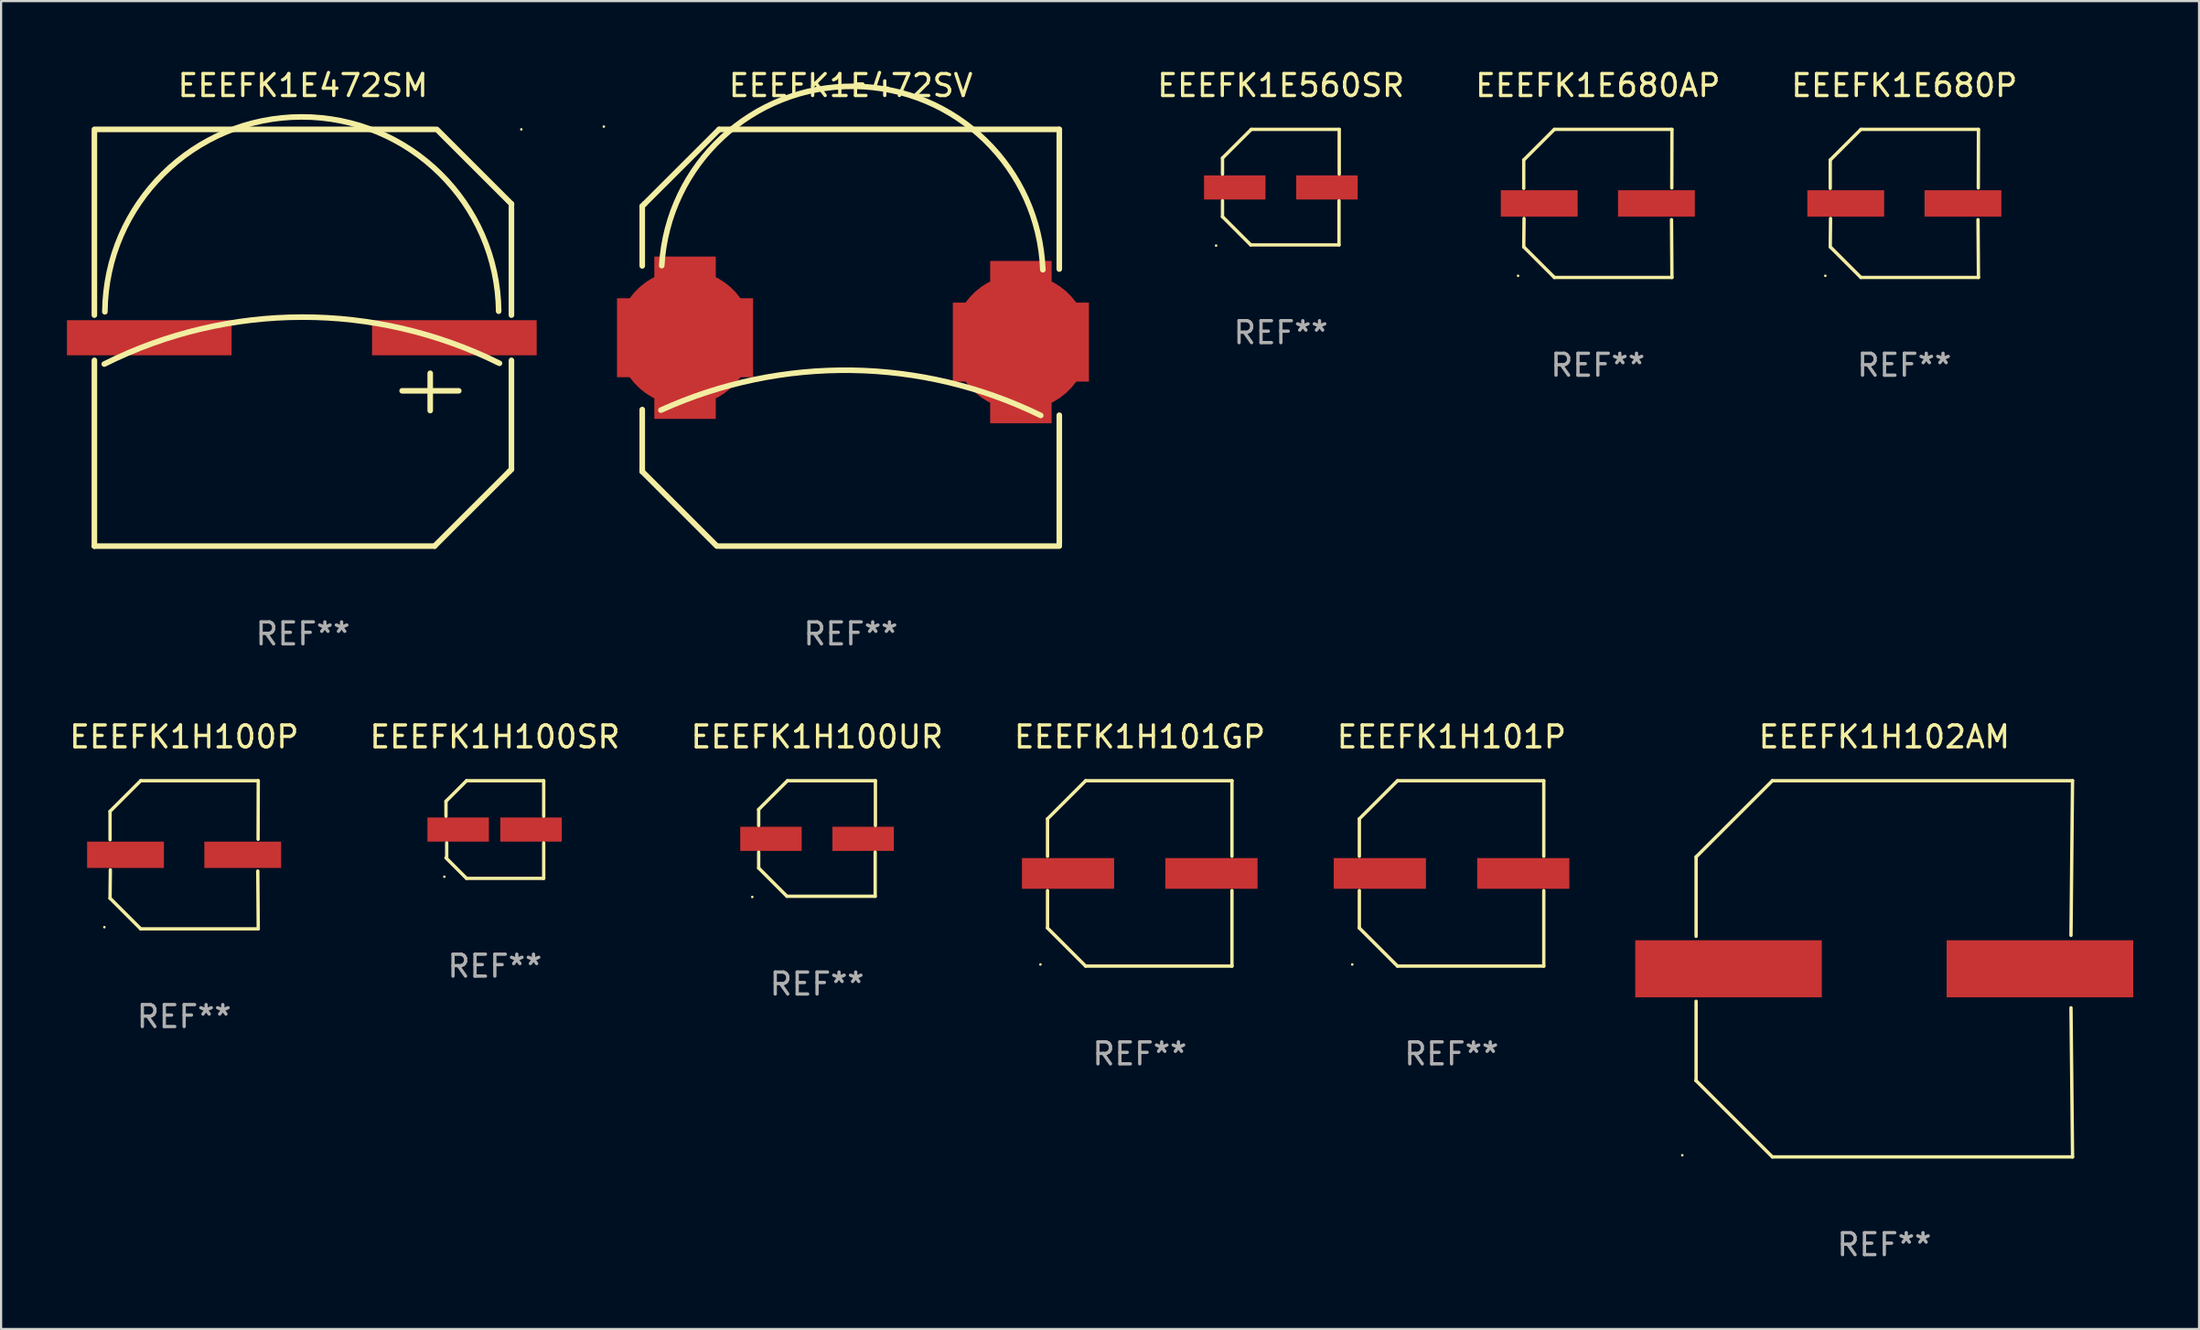
<source format=kicad_pcb>
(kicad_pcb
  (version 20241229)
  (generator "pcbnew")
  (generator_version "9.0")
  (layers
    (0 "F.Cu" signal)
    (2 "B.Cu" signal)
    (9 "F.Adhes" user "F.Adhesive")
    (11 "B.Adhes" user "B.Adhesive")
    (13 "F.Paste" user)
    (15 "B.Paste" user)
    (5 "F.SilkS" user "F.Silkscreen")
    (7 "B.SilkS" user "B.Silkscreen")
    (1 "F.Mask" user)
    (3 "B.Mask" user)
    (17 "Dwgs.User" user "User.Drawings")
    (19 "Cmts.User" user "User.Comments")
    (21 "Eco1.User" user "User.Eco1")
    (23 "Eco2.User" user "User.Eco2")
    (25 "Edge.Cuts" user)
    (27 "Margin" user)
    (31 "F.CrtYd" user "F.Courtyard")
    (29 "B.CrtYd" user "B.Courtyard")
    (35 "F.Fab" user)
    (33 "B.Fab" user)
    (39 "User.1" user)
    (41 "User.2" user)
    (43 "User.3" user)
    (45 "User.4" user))
  (footprint "EEEFK1E680AP"
    (layer "F.Cu")
    (at 69.745 6.224)
    (property "Reference" "EEEFK1E680AP" (at 0 -5.376 0) (layer "F.SilkS") (effects (font (size 1 1) (thickness 0.15))))
    (attr through_hole)
    (fp_line (start -3.376 -1.98) (end -3.376 -0.686) (stroke (width 0.152) (type solid)) (layer "F.SilkS"))
    (fp_line (start -3.376 1.981) (end -3.362 0.686) (stroke (width 0.152) (type solid)) (layer "F.SilkS"))
    (fp_line (start -1.981 3.376) (end -3.376 1.981) (stroke (width 0.152) (type solid)) (layer "F.SilkS"))
    (fp_line (start -1.98 -3.376) (end -3.376 -1.98) (stroke (width 0.152) (type solid)) (layer "F.SilkS"))
    (fp_line (start 3.356 0.74) (end 3.376 3.376) (stroke (width 0.152) (type solid)) (layer "F.SilkS"))
    (fp_line (start 3.369 -0.707) (end 3.376 -3.376) (stroke (width 0.152) (type solid)) (layer "F.SilkS"))
    (fp_line (start 3.376 3.376) (end -1.981 3.376) (stroke (width 0.152) (type solid)) (layer "F.SilkS"))
    (fp_line (start 3.376 -3.376) (end -1.98 -3.376) (stroke (width 0.152) (type solid)) (layer "F.SilkS"))
    (fp_circle (center -3.634 3.3) (end -3.604 3.3) (stroke (width 0.06) (type solid)) (fill no) (layer "F.SilkS"))
    (fp_text user "REF**" (at 0 7.376 0) (layer "F.Fab") (effects (font (size 1 1) (thickness 0.15))))
    (pad "1" smd rect (at -2.67 0.000254) (size 3.5 1.2) (layers "F.Cu" "F.Mask" "F.Paste"))
    (pad "2" smd rect (at 2.67 0.000254) (size 3.5 1.2) (layers "F.Cu" "F.Mask" "F.Paste")))
  (footprint "EEEFK1H100SR"
    (layer "F.Cu")
    (at 19.494 34.771)
    (property "Reference" "EEEFK1H100SR" (at 0 -4.226 0) (layer "F.SilkS") (effects (font (size 1 1) (thickness 0.15))))
    (attr through_hole)
    (fp_line (start -2.226 -1.29) (end -2.226 -0.607) (stroke (width 0.152) (type solid)) (layer "F.SilkS"))
    (fp_line (start -2.193 1.29) (end -2.193 0.607) (stroke (width 0.152) (type solid)) (layer "F.SilkS"))
    (fp_line (start -1.29 2.226) (end -2.226 1.29) (stroke (width 0.152) (type solid)) (layer "F.SilkS"))
    (fp_line (start -1.29 -2.226) (end -2.226 -1.29) (stroke (width 0.152) (type solid)) (layer "F.SilkS"))
    (fp_line (start 2.226 -2.226) (end -1.29 -2.226) (stroke (width 0.152) (type solid)) (layer "F.SilkS"))
    (fp_line (start 2.226 -0.607) (end 2.226 -2.226) (stroke (width 0.152) (type solid)) (layer "F.SilkS"))
    (fp_line (start 2.226 0.607) (end 2.226 2.226) (stroke (width 0.152) (type solid)) (layer "F.SilkS"))
    (fp_line (start 2.226 2.226) (end -1.29 2.226) (stroke (width 0.152) (type solid)) (layer "F.SilkS"))
    (fp_circle (center -2.3 2.15) (end -2.27 2.15) (stroke (width 0.06) (type solid)) (fill no) (layer "F.SilkS"))
    (fp_text user "REF**" (at 0 6.226 0) (layer "F.Fab") (effects (font (size 1 1) (thickness 0.15))))
    (pad "1" smd rect (at -1.67 -0.000025) (size 2.8 1.1) (layers "F.Cu" "F.Mask" "F.Paste"))
    (pad "2" smd rect (at 1.651 -0.000025) (size 2.8 1.1) (layers "F.Cu" "F.Mask" "F.Paste")))
  (footprint "EEEFK1E680P"
    (layer "F.Cu")
    (at 83.709 6.224)
    (property "Reference" "EEEFK1E680P" (at 0 -5.376 0) (layer "F.SilkS") (effects (font (size 1 1) (thickness 0.15))))
    (attr through_hole)
    (fp_line (start -3.376 -1.98) (end -3.376 -0.686) (stroke (width 0.152) (type solid)) (layer "F.SilkS"))
    (fp_line (start -3.376 1.981) (end -3.362 0.686) (stroke (width 0.152) (type solid)) (layer "F.SilkS"))
    (fp_line (start -1.981 3.376) (end -3.376 1.981) (stroke (width 0.152) (type solid)) (layer "F.SilkS"))
    (fp_line (start -1.98 -3.376) (end -3.376 -1.98) (stroke (width 0.152) (type solid)) (layer "F.SilkS"))
    (fp_line (start 3.356 0.74) (end 3.376 3.376) (stroke (width 0.152) (type solid)) (layer "F.SilkS"))
    (fp_line (start 3.369 -0.707) (end 3.376 -3.376) (stroke (width 0.152) (type solid)) (layer "F.SilkS"))
    (fp_line (start 3.376 3.376) (end -1.981 3.376) (stroke (width 0.152) (type solid)) (layer "F.SilkS"))
    (fp_line (start 3.376 -3.376) (end -1.98 -3.376) (stroke (width 0.152) (type solid)) (layer "F.SilkS"))
    (fp_circle (center -3.6 3.3) (end -3.57 3.3) (stroke (width 0.06) (type solid)) (fill no) (layer "F.SilkS"))
    (fp_text user "REF**" (at 0 7.376 0) (layer "F.Fab") (effects (font (size 1 1) (thickness 0.15))))
    (pad "1" smd rect (at -2.67 0.000381) (size 3.5 1.2) (layers "F.Cu" "F.Mask" "F.Paste"))
    (pad "2" smd rect (at 2.67 0.000381) (size 3.5 1.2) (layers "F.Cu" "F.Mask" "F.Paste")))
  (footprint "EEEFK1E472SM"
    (layer "F.Cu")
    (at 10.75 12.348)
    (property "Reference" "EEEFK1E472SM" (at 0 -11.5 0) (layer "F.SilkS") (effects (font (size 1 1) (thickness 0.15))))
    (attr through_hole)
    (fp_line (start -9.5 -1.031) (end -9.5 -9.4) (stroke (width 0.254) (type solid)) (layer "F.SilkS"))
    (fp_line (start -9.5 9.5) (end -9.5 1.031) (stroke (width 0.254) (type solid)) (layer "F.SilkS"))
    (fp_line (start 4.52 2.42) (end 7.1 2.42) (stroke (width 0.254) (type solid)) (layer "F.SilkS"))
    (fp_line (start 5.8 1.62) (end 5.8 3.32) (stroke (width 0.254) (type solid)) (layer "F.SilkS"))
    (fp_line (start 6 -9.5) (end -9.5 -9.5) (stroke (width 0.254) (type solid)) (layer "F.SilkS"))
    (fp_line (start 6 9.5) (end -9.5 9.5) (stroke (width 0.254) (type solid)) (layer "F.SilkS"))
    (fp_line (start 9.401 6.099) (end 6 9.497) (stroke (width 0.254) (type solid)) (layer "F.SilkS"))
    (fp_line (start 9.5 -6.1) (end 6.1 -9.5) (stroke (width 0.254) (type solid)) (layer "F.SilkS"))
    (fp_line (start 9.5 -6) (end 9.5 -6.1) (stroke (width 0.254) (type solid)) (layer "F.SilkS"))
    (fp_line (start 9.5 -1.031) (end 9.5 -5.9) (stroke (width 0.254) (type solid)) (layer "F.SilkS"))
    (fp_line (start 9.5 6) (end 9.401 6.099) (stroke (width 0.254) (type solid)) (layer "F.SilkS"))
    (fp_line (start 9.5 6) (end 9.5 1.031) (stroke (width 0.254) (type solid)) (layer "F.SilkS"))
    (fp_arc (start -9.050038 1.2) (mid -0.051855 -0.93983) (end 8.954508 1.165304) (stroke (width 0.254001) (type solid)) (layer "F.SilkS"))
    (fp_arc (start -9.022149 -1.183134) (mid -0.064436 -10.074772) (end 8.918644 -1.208763) (stroke (width 0.254001) (type solid)) (layer "F.SilkS"))
    (fp_circle (center 9.95 -9.5) (end 9.98 -9.5) (stroke (width 0.06) (type solid)) (fill no) (layer "F.SilkS"))
    (fp_text user "REF**" (at 0 13.5 0) (layer "F.Fab") (effects (font (size 1 1) (thickness 0.15))))
    (pad "1" smd rect (at 6.9 0 270) (size 1.6 7.5) (layers "F.Cu" "F.Mask" "F.Paste"))
    (pad "2" smd rect (at -7 0 270) (size 1.6 7.5) (layers "F.Cu" "F.Mask" "F.Paste")))
  (footprint "EEEFK1H100UR"
    (layer "F.Cu")
    (at 34.173 35.179)
    (property "Reference" "EEEFK1H100UR" (at 0 -4.634 0) (layer "F.SilkS") (effects (font (size 1 1) (thickness 0.15))))
    (attr through_hole)
    (fp_line (start -2.659 -1.326) (end -2.659 -0.592) (stroke (width 0.152) (type solid)) (layer "F.SilkS"))
    (fp_line (start -2.659 1.346) (end -2.659 0.622) (stroke (width 0.152) (type solid)) (layer "F.SilkS"))
    (fp_line (start -1.372 2.634) (end -2.659 1.346) (stroke (width 0.152) (type solid)) (layer "F.SilkS"))
    (fp_line (start -1.349 -2.634) (end -2.659 -1.326) (stroke (width 0.152) (type solid)) (layer "F.SilkS"))
    (fp_line (start 2.649 0.622) (end 2.649 2.634) (stroke (width 0.152) (type solid)) (layer "F.SilkS"))
    (fp_line (start 2.649 2.634) (end -1.372 2.634) (stroke (width 0.152) (type solid)) (layer "F.SilkS"))
    (fp_line (start 2.659 -2.634) (end -1.349 -2.634) (stroke (width 0.152) (type solid)) (layer "F.SilkS"))
    (fp_line (start 2.659 -0.592) (end 2.659 -2.634) (stroke (width 0.152) (type solid)) (layer "F.SilkS"))
    (fp_circle (center -2.95 2.665) (end -2.92 2.665) (stroke (width 0.06) (type solid)) (fill no) (layer "F.SilkS"))
    (fp_text user "REF**" (at 0 6.634 0) (layer "F.Fab") (effects (font (size 1 1) (thickness 0.15))))
    (pad "1" smd rect (at -2.1 0.015) (size 2.8 1.1) (layers "F.Cu" "F.Mask" "F.Paste"))
    (pad "2" smd rect (at 2.1 0.015) (size 2.8 1.1) (layers "F.Cu" "F.Mask" "F.Paste")))
  (footprint "EEEFK1H101GP"
    (layer "F.Cu")
    (at 48.875 36.771)
    (property "Reference" "EEEFK1H101GP" (at 0 -6.226 0) (layer "F.SilkS") (effects (font (size 1 1) (thickness 0.15))))
    (attr through_hole)
    (fp_line (start -4.201 -2.49) (end -4.201 -0.782) (stroke (width 0.152) (type solid)) (layer "F.SilkS"))
    (fp_line (start -4.201 2.49) (end -4.201 0.782) (stroke (width 0.152) (type solid)) (layer "F.SilkS"))
    (fp_line (start -2.465 -4.226) (end -4.201 -2.49) (stroke (width 0.152) (type solid)) (layer "F.SilkS"))
    (fp_line (start -2.465 4.226) (end -4.201 2.49) (stroke (width 0.152) (type solid)) (layer "F.SilkS"))
    (fp_line (start 4.201 -4.226) (end -2.465 -4.226) (stroke (width 0.152) (type solid)) (layer "F.SilkS"))
    (fp_line (start 4.201 -0.782) (end 4.201 -4.226) (stroke (width 0.152) (type solid)) (layer "F.SilkS"))
    (fp_line (start 4.201 0.782) (end 4.201 4.226) (stroke (width 0.152) (type solid)) (layer "F.SilkS"))
    (fp_line (start 4.201 4.226) (end -2.465 4.226) (stroke (width 0.152) (type solid)) (layer "F.SilkS"))
    (fp_circle (center -4.524 4.15) (end -4.494 4.15) (stroke (width 0.06) (type solid)) (fill no) (layer "F.SilkS"))
    (fp_text user "REF**" (at 0 8.226 0) (layer "F.Fab") (effects (font (size 1 1) (thickness 0.15))))
    (pad "1" smd rect (at -3.267 0) (size 4.2 1.4) (layers "F.Cu" "F.Mask" "F.Paste"))
    (pad "2" smd rect (at 3.267 0) (size 4.2 1.4) (layers "F.Cu" "F.Mask" "F.Paste")))
  (footprint "EEEFK1E560SR"
    (layer "F.Cu")
    (at 55.304 5.482)
    (property "Reference" "EEEFK1E560SR" (at 0 -4.634 0) (layer "F.SilkS") (effects (font (size 1 1) (thickness 0.15))))
    (attr through_hole)
    (fp_line (start -2.659 -1.326) (end -2.659 -0.592) (stroke (width 0.152) (type solid)) (layer "F.SilkS"))
    (fp_line (start -2.659 1.346) (end -2.659 0.622) (stroke (width 0.152) (type solid)) (layer "F.SilkS"))
    (fp_line (start -1.372 2.634) (end -2.659 1.346) (stroke (width 0.152) (type solid)) (layer "F.SilkS"))
    (fp_line (start -1.349 -2.634) (end -2.659 -1.326) (stroke (width 0.152) (type solid)) (layer "F.SilkS"))
    (fp_line (start 2.649 0.622) (end 2.649 2.634) (stroke (width 0.152) (type solid)) (layer "F.SilkS"))
    (fp_line (start 2.649 2.634) (end -1.372 2.634) (stroke (width 0.152) (type solid)) (layer "F.SilkS"))
    (fp_line (start 2.659 -2.634) (end -1.349 -2.634) (stroke (width 0.152) (type solid)) (layer "F.SilkS"))
    (fp_line (start 2.659 -0.592) (end 2.659 -2.634) (stroke (width 0.152) (type solid)) (layer "F.SilkS"))
    (fp_circle (center -2.95 2.665) (end -2.92 2.665) (stroke (width 0.06) (type solid)) (fill no) (layer "F.SilkS"))
    (fp_text user "REF**" (at 0 6.634 0) (layer "F.Fab") (effects (font (size 1 1) (thickness 0.15))))
    (pad "1" smd rect (at -2.1 0.015) (size 2.8 1.1) (layers "F.Cu" "F.Mask" "F.Paste"))
    (pad "2" smd rect (at 2.1 0.015) (size 2.8 1.1) (layers "F.Cu" "F.Mask" "F.Paste")))
  (footprint "EEEFK1H100P"
    (layer "F.Cu")
    (at 5.339 35.921)
    (property "Reference" "EEEFK1H100P" (at 0 -5.376 0) (layer "F.SilkS") (effects (font (size 1 1) (thickness 0.15))))
    (attr through_hole)
    (fp_line (start -3.376 -1.98) (end -3.376 -0.686) (stroke (width 0.152) (type solid)) (layer "F.SilkS"))
    (fp_line (start -3.376 1.981) (end -3.362 0.686) (stroke (width 0.152) (type solid)) (layer "F.SilkS"))
    (fp_line (start -1.981 3.376) (end -3.376 1.981) (stroke (width 0.152) (type solid)) (layer "F.SilkS"))
    (fp_line (start -1.98 -3.376) (end -3.376 -1.98) (stroke (width 0.152) (type solid)) (layer "F.SilkS"))
    (fp_line (start 3.356 0.74) (end 3.376 3.376) (stroke (width 0.152) (type solid)) (layer "F.SilkS"))
    (fp_line (start 3.369 -0.707) (end 3.376 -3.376) (stroke (width 0.152) (type solid)) (layer "F.SilkS"))
    (fp_line (start 3.376 3.376) (end -1.981 3.376) (stroke (width 0.152) (type solid)) (layer "F.SilkS"))
    (fp_line (start 3.376 -3.376) (end -1.98 -3.376) (stroke (width 0.152) (type solid)) (layer "F.SilkS"))
    (fp_circle (center -3.634 3.3) (end -3.604 3.3) (stroke (width 0.06) (type solid)) (fill no) (layer "F.SilkS"))
    (fp_text user "REF**" (at 0 7.376 0) (layer "F.Fab") (effects (font (size 1 1) (thickness 0.15))))
    (pad "1" smd rect (at -2.67 0.000254) (size 3.5 1.2) (layers "F.Cu" "F.Mask" "F.Paste"))
    (pad "2" smd rect (at 2.67 0.000254) (size 3.5 1.2) (layers "F.Cu" "F.Mask" "F.Paste")))
  (footprint "EEEFK1H102AM"
    (layer "F.Cu")
    (at 82.796 41.12)
    (property "Reference" "EEEFK1H102AM" (at 0 -10.576 0) (layer "F.SilkS") (effects (font (size 1 1) (thickness 0.15))))
    (attr through_hole)
    (fp_line (start -8.575 -5.101) (end -8.575 -1.481) (stroke (width 0.152) (type solid)) (layer "F.SilkS"))
    (fp_line (start -8.575 1.48) (end -8.575 5.098) (stroke (width 0.152) (type solid)) (layer "F.SilkS"))
    (fp_line (start -8.575 5.098) (end -8.576 5.099) (stroke (width 0.152) (type solid)) (layer "F.SilkS"))
    (fp_line (start -5.1 -8.576) (end -8.575 -5.101) (stroke (width 0.152) (type solid)) (layer "F.SilkS"))
    (fp_line (start -5.1 8.576) (end -8.576 5.099) (stroke (width 0.152) (type solid)) (layer "F.SilkS"))
    (fp_line (start 8.505 -1.525) (end 8.575 -8.576) (stroke (width 0.152) (type solid)) (layer "F.SilkS"))
    (fp_line (start 8.505 1.777) (end 8.576 8.576) (stroke (width 0.152) (type solid)) (layer "F.SilkS"))
    (fp_line (start 8.575 -8.576) (end -5.1 -8.576) (stroke (width 0.152) (type solid)) (layer "F.SilkS"))
    (fp_line (start 8.576 8.576) (end -5.1 8.576) (stroke (width 0.152) (type solid)) (layer "F.SilkS"))
    (fp_circle (center -9.204 8.5) (end -9.174 8.5) (stroke (width 0.06) (type solid)) (fill no) (layer "F.SilkS"))
    (fp_text user "REF**" (at 0 12.576 0) (layer "F.Fab") (effects (font (size 1 1) (thickness 0.15))))
    (pad "1" smd rect (at -7.097 -0.001) (size 8.5 2.6) (layers "F.Cu" "F.Mask" "F.Paste"))
    (pad "2" smd rect (at 7.09 -0.001) (size 8.5 2.6) (layers "F.Cu" "F.Mask" "F.Paste")))
  (footprint "EEEFK1H101P"
    (layer "F.Cu")
    (at 63.081 36.771)
    (property "Reference" "EEEFK1H101P" (at 0 -6.226 0) (layer "F.SilkS") (effects (font (size 1 1) (thickness 0.15))))
    (attr through_hole)
    (fp_line (start -4.201 -2.49) (end -4.201 -0.782) (stroke (width 0.152) (type solid)) (layer "F.SilkS"))
    (fp_line (start -4.201 2.49) (end -4.201 0.782) (stroke (width 0.152) (type solid)) (layer "F.SilkS"))
    (fp_line (start -2.465 -4.226) (end -4.201 -2.49) (stroke (width 0.152) (type solid)) (layer "F.SilkS"))
    (fp_line (start -2.465 4.226) (end -4.201 2.49) (stroke (width 0.152) (type solid)) (layer "F.SilkS"))
    (fp_line (start 4.201 -4.226) (end -2.465 -4.226) (stroke (width 0.152) (type solid)) (layer "F.SilkS"))
    (fp_line (start 4.201 -0.782) (end 4.201 -4.226) (stroke (width 0.152) (type solid)) (layer "F.SilkS"))
    (fp_line (start 4.201 0.782) (end 4.201 4.226) (stroke (width 0.152) (type solid)) (layer "F.SilkS"))
    (fp_line (start 4.201 4.226) (end -2.465 4.226) (stroke (width 0.152) (type solid)) (layer "F.SilkS"))
    (fp_circle (center -4.524 4.15) (end -4.494 4.15) (stroke (width 0.06) (type solid)) (fill no) (layer "F.SilkS"))
    (fp_text user "REF**" (at 0 8.226 0) (layer "F.Fab") (effects (font (size 1 1) (thickness 0.15))))
    (pad "1" smd rect (at -3.267 0) (size 4.2 1.4) (layers "F.Cu" "F.Mask" "F.Paste"))
    (pad "2" smd rect (at 3.267 0) (size 4.2 1.4) (layers "F.Cu" "F.Mask" "F.Paste")))
  (footprint "EEEFK1E472SV"
    (layer "F.Cu")
    (at 35.71 12.348)
    (property "Reference" "EEEFK1E472SV" (at 0 -11.5 0) (layer "F.SilkS") (effects (font (size 1 1) (thickness 0.15))))
    (attr through_hole)
    (fp_line (start -9.5 -6) (end -9.5 -3.275) (stroke (width 0.254) (type solid)) (layer "F.SilkS"))
    (fp_line (start -9.5 -6) (end -9.401 -6.099) (stroke (width 0.254) (type solid)) (layer "F.SilkS"))
    (fp_line (start -9.5 3.275) (end -9.5 6) (stroke (width 0.254) (type solid)) (layer "F.SilkS"))
    (fp_line (start -9.5 6) (end -9.5 6.1) (stroke (width 0.254) (type solid)) (layer "F.SilkS"))
    (fp_line (start -9.5 6.1) (end -6.1 9.5) (stroke (width 0.254) (type solid)) (layer "F.SilkS"))
    (fp_line (start -9.401 -6.099) (end -6 -9.497) (stroke (width 0.254) (type solid)) (layer "F.SilkS"))
    (fp_line (start -6 -9.5) (end 9.5 -9.5) (stroke (width 0.254) (type solid)) (layer "F.SilkS"))
    (fp_line (start -6 9.5) (end 9.5 9.5) (stroke (width 0.254) (type solid)) (layer "F.SilkS"))
    (fp_line (start 9.5 -9.5) (end 9.5 -3.131) (stroke (width 0.254) (type solid)) (layer "F.SilkS"))
    (fp_line (start 9.5 3.531) (end 9.5 9.4) (stroke (width 0.254) (type solid)) (layer "F.SilkS"))
    (fp_arc (start -8.649975 3.3) (mid 0.029226 1.482607) (end 8.654013 3.542824) (stroke (width 0.254001) (type solid)) (layer "F.SilkS"))
    (fp_arc (start -8.613221 -3.286056) (mid 0.157012 -11.462367) (end 8.750025 -3.1) (stroke (width 0.254001) (type solid)) (layer "F.SilkS"))
    (fp_circle (center -11.25 -9.627) (end -11.22 -9.627) (stroke (width 0.06) (type solid)) (fill no) (layer "F.SilkS"))
    (fp_text user "REF**" (at 0 13.5 0) (layer "F.Fab") (effects (font (size 1 1) (thickness 0.15))))
    (pad "1" smd custom (at -7.55 0 90) (size 6.2 7.4) (layers "F.Cu" "F.Mask" "F.Paste") (options (anchor circle)) (primitives (gr_poly (pts (xy -1.8 3.1) (xy -1.8 1.4) (xy -3.7 1.4) (xy -3.7 -1.4) (xy -1.8 -1.4) (xy -1.8 -3.1) (xy 1.8 -3.1) (xy 1.8 -1.4) (xy 3.7 -1.4) (xy 3.7 1.4) (xy 1.8 1.4) (xy 1.8 3.1)) (width 0) (fill yes))))
    (pad "2" smd custom (at 7.75 0.2 90) (size 6.2 7.4) (layers "F.Cu" "F.Mask" "F.Paste") (options (anchor circle)) (primitives (gr_poly (pts (xy -1.8 3.1) (xy -1.8 1.4) (xy -3.7 1.4) (xy -3.7 -1.4) (xy -1.8 -1.4) (xy -1.8 -3.1) (xy 1.8 -3.1) (xy 1.8 -1.4) (xy 3.7 -1.4) (xy 3.7 1.4) (xy 1.8 1.4) (xy 1.8 3.1)) (width 0) (fill yes)))))
  (gr_rect
    (start -3 -3)
    (end 97.135 57.544)
    (stroke (width 0.1) (type default))
    (fill no)
    (layer "Edge.Cuts")))
</source>
